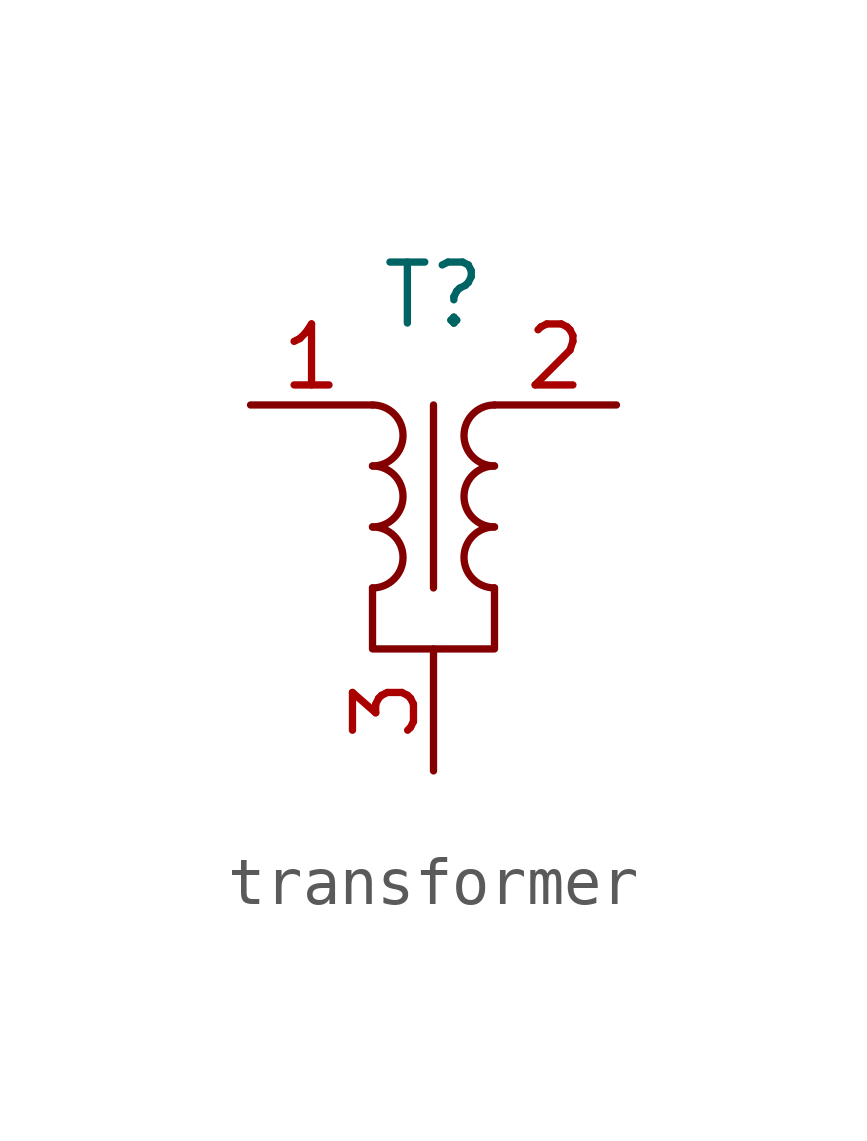
<source format=kicad_sym>
(kicad_symbol_lib
  (version 20241209)
  (generator "kicad_symbol_editor")
  (generator_version "9.0")
  (symbol "transformer"
    (property "Reference" "T"
      (at 0 2.286 0)
      (effects (font (size 1.27 1.27))))
    (property "Value" ""
      (at 0 0 0)
      (effects (font (size 1.27 1.27))))
    (symbol "transformer_0_1"
      (arc (start -1.27 0) (mid -0.635 -0.635) (end -1.27 -1.27) (stroke (width 0) (type default)) (fill (type none)))
      (arc (start -1.27 -1.27) (mid -0.635 -1.905) (end -1.27 -2.54) (stroke (width 0) (type default)) (fill (type none)))
      (arc (start -1.27 -2.54) (mid -0.635 -3.175) (end -1.27 -3.81) (stroke (width 0) (type default)) (fill (type none)))
      (polyline (pts (xy -1.27 -3.81) (xy -1.27 -5.08) (xy 1.27 -5.08) (xy 1.27 -3.81)) (stroke (width 0) (type default)) (fill (type none)))
      (polyline (pts (xy 0 0) (xy 0 -3.81)) (stroke (width 0) (type default)) (fill (type none)))
      (arc (start 1.27 -1.27) (mid 0.635 -0.635) (end 1.27 0) (stroke (width 0) (type default)) (fill (type none)))
      (arc (start 1.27 -2.54) (mid 0.635 -1.905) (end 1.27 -1.27) (stroke (width 0) (type default)) (fill (type none)))
      (arc (start 1.27 -3.81) (mid 0.635 -3.175) (end 1.27 -2.54) (stroke (width 0) (type default)) (fill (type none))))
    (symbol "transformer_1_1"
      (pin input line (at -3.81 0 0) (length 2.54) (name "" (effects (font (size 1.27 1.27)))) (number "1" (effects (font (size 1.27 1.27)))))
      (pin input line (at 0 -7.62 90) (length 2.54) (name "" (effects (font (size 1.27 1.27)))) (number "3" (effects (font (size 1.27 1.27)))))
      (pin input line (at 3.81 0 180) (length 2.54) (name "" (effects (font (size 1.27 1.27)))) (number "2" (effects (font (size 1.27 1.27))))))))
</source>
